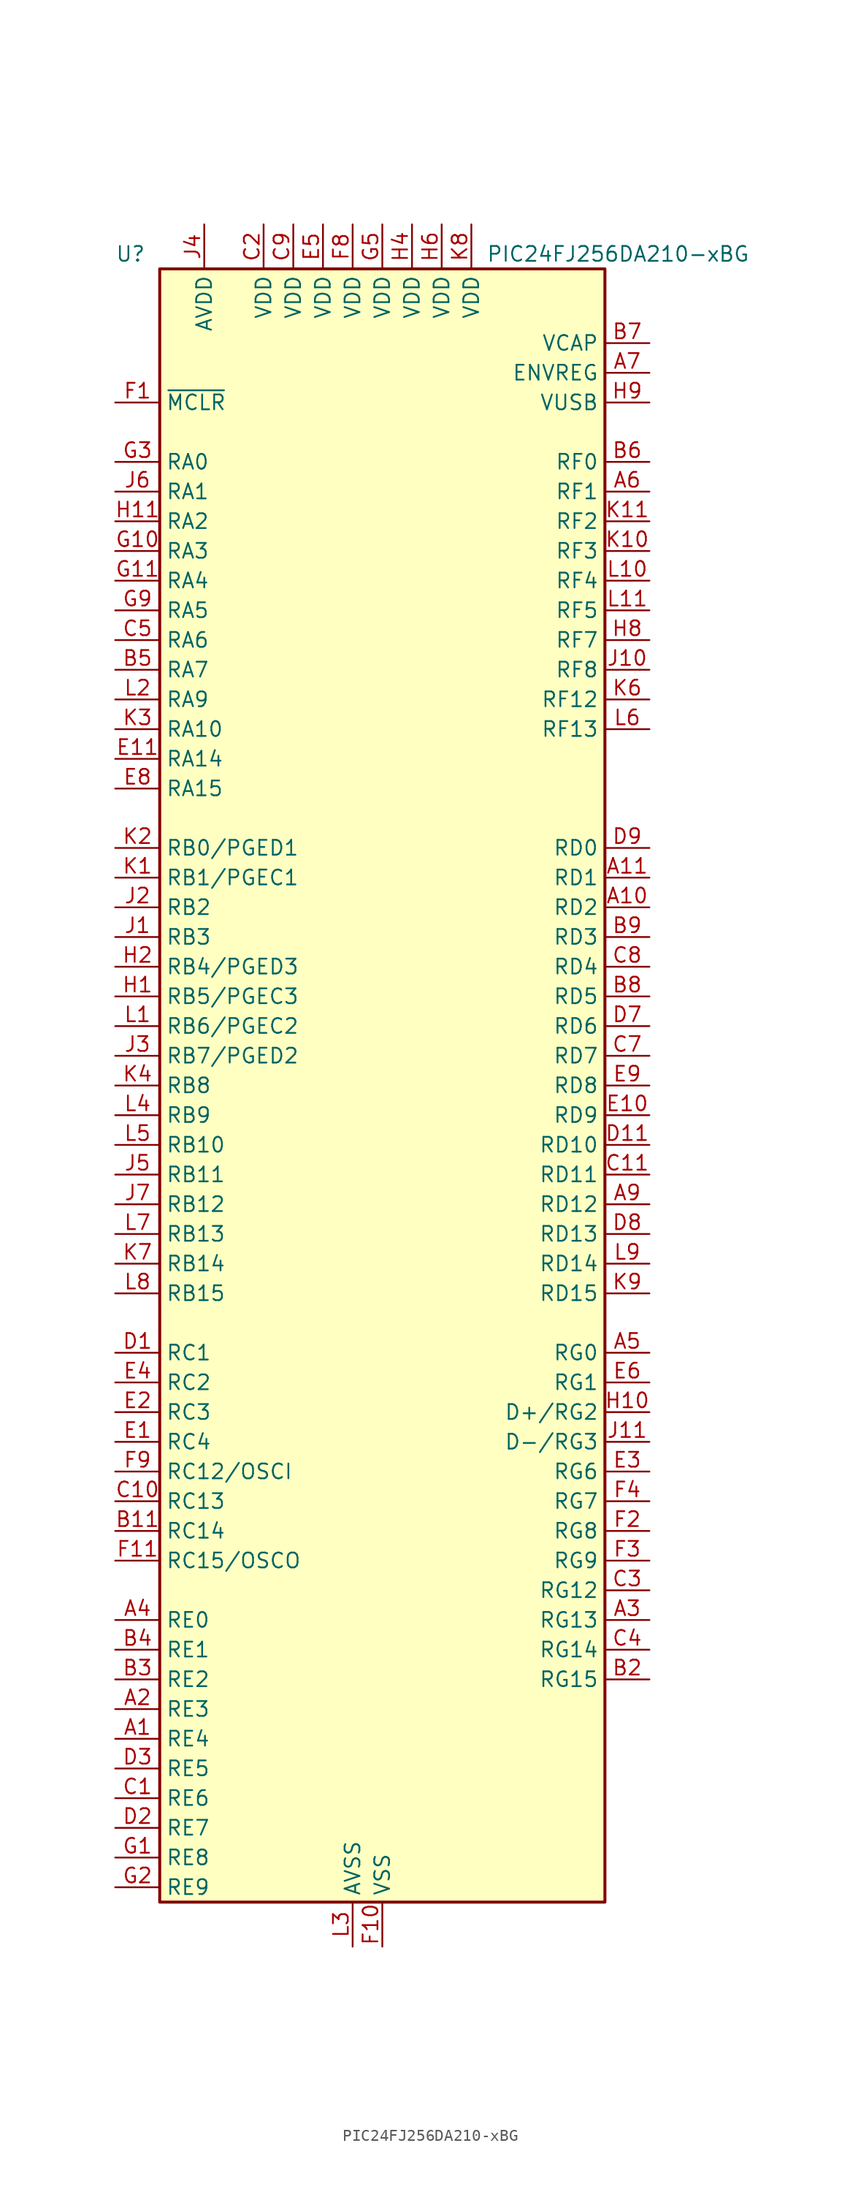
<source format=kicad_sym>
(kicad_symbol_lib
  (version 20200908)
  (generator kicad_symbol_editor)
  (symbol "MCU_Microchip_PIC24:PIC24FJ256DA210-xBG"
    (property "Reference" "U"
      (at -22.86 71.12 0)
      (effects (font (size 1.27 1.27)) (justify left)))
    (property "Value" "PIC24FJ256DA210-xBG"
      (at 8.89 71.12 0)
      (effects (font (size 1.27 1.27)) (justify left)))
    (symbol "PIC24FJ256DA210-xBG_1_1"
      (rectangle (start -19.05 69.85) (end 19.05 -69.85) (stroke (width 0.254)) (fill (type background)))
      (pin bidirectional line (at -22.86 -55.88 0) (length 3.81) (name "RE4" (effects (font (size 1.27 1.27)))) (number "A1" (effects (font (size 1.27 1.27)))))
      (pin bidirectional line (at 22.86 15.24 180) (length 3.81) (name "RD2" (effects (font (size 1.27 1.27)))) (number "A10" (effects (font (size 1.27 1.27)))))
      (pin bidirectional line (at 22.86 17.78 180) (length 3.81) (name "RD1" (effects (font (size 1.27 1.27)))) (number "A11" (effects (font (size 1.27 1.27)))))
      (pin bidirectional line (at -22.86 -53.34 0) (length 3.81) (name "RE3" (effects (font (size 1.27 1.27)))) (number "A2" (effects (font (size 1.27 1.27)))))
      (pin bidirectional line (at 22.86 -45.72 180) (length 3.81) (name "RG13" (effects (font (size 1.27 1.27)))) (number "A3" (effects (font (size 1.27 1.27)))))
      (pin bidirectional line (at -22.86 -45.72 0) (length 3.81) (name "RE0" (effects (font (size 1.27 1.27)))) (number "A4" (effects (font (size 1.27 1.27)))))
      (pin bidirectional line (at 22.86 -22.86 180) (length 3.81) (name "RG0" (effects (font (size 1.27 1.27)))) (number "A5" (effects (font (size 1.27 1.27)))))
      (pin bidirectional line (at 22.86 50.8 180) (length 3.81) (name "RF1" (effects (font (size 1.27 1.27)))) (number "A6" (effects (font (size 1.27 1.27)))))
      (pin input line (at 22.86 60.96 180) (length 3.81) (name "ENVREG" (effects (font (size 1.27 1.27)))) (number "A7" (effects (font (size 1.27 1.27)))))
      (pin unconnected line (at 2.54 -25.4 180) (length 3.81) hide (name "N/C" (effects (font (size 1.27 1.27)))) (number "A8" (effects (font (size 1.27 1.27)))))
      (pin bidirectional line (at 22.86 -10.16 180) (length 3.81) (name "RD12" (effects (font (size 1.27 1.27)))) (number "A9" (effects (font (size 1.27 1.27)))))
      (pin unconnected line (at 2.54 -27.94 180) (length 3.81) hide (name "N/C" (effects (font (size 1.27 1.27)))) (number "B1" (effects (font (size 1.27 1.27)))))
      (pin passive line (at 0 -73.66 90) (length 3.81) hide (name "VSS" (effects (font (size 1.27 1.27)))) (number "B10" (effects (font (size 1.27 1.27)))))
      (pin bidirectional line (at -22.86 -38.1 0) (length 3.81) (name "RC14" (effects (font (size 1.27 1.27)))) (number "B11" (effects (font (size 1.27 1.27)))))
      (pin bidirectional line (at 22.86 -50.8 180) (length 3.81) (name "RG15" (effects (font (size 1.27 1.27)))) (number "B2" (effects (font (size 1.27 1.27)))))
      (pin bidirectional line (at -22.86 -50.8 0) (length 3.81) (name "RE2" (effects (font (size 1.27 1.27)))) (number "B3" (effects (font (size 1.27 1.27)))))
      (pin bidirectional line (at -22.86 -48.26 0) (length 3.81) (name "RE1" (effects (font (size 1.27 1.27)))) (number "B4" (effects (font (size 1.27 1.27)))))
      (pin bidirectional line (at -22.86 35.56 0) (length 3.81) (name "RA7" (effects (font (size 1.27 1.27)))) (number "B5" (effects (font (size 1.27 1.27)))))
      (pin bidirectional line (at 22.86 53.34 180) (length 3.81) (name "RF0" (effects (font (size 1.27 1.27)))) (number "B6" (effects (font (size 1.27 1.27)))))
      (pin passive line (at 22.86 63.5 180) (length 3.81) (name "VCAP" (effects (font (size 1.27 1.27)))) (number "B7" (effects (font (size 1.27 1.27)))))
      (pin bidirectional line (at 22.86 7.62 180) (length 3.81) (name "RD5" (effects (font (size 1.27 1.27)))) (number "B8" (effects (font (size 1.27 1.27)))))
      (pin bidirectional line (at 22.86 12.7 180) (length 3.81) (name "RD3" (effects (font (size 1.27 1.27)))) (number "B9" (effects (font (size 1.27 1.27)))))
      (pin bidirectional line (at -22.86 -60.96 0) (length 3.81) (name "RE6" (effects (font (size 1.27 1.27)))) (number "C1" (effects (font (size 1.27 1.27)))))
      (pin bidirectional line (at -22.86 -35.56 0) (length 3.81) (name "RC13" (effects (font (size 1.27 1.27)))) (number "C10" (effects (font (size 1.27 1.27)))))
      (pin bidirectional line (at 22.86 -7.62 180) (length 3.81) (name "RD11" (effects (font (size 1.27 1.27)))) (number "C11" (effects (font (size 1.27 1.27)))))
      (pin power_in line (at -10.16 73.66 270) (length 3.81) (name "VDD" (effects (font (size 1.27 1.27)))) (number "C2" (effects (font (size 1.27 1.27)))))
      (pin bidirectional line (at 22.86 -43.18 180) (length 3.81) (name "RG12" (effects (font (size 1.27 1.27)))) (number "C3" (effects (font (size 1.27 1.27)))))
      (pin bidirectional line (at 22.86 -48.26 180) (length 3.81) (name "RG14" (effects (font (size 1.27 1.27)))) (number "C4" (effects (font (size 1.27 1.27)))))
      (pin bidirectional line (at -22.86 38.1 0) (length 3.81) (name "RA6" (effects (font (size 1.27 1.27)))) (number "C5" (effects (font (size 1.27 1.27)))))
      (pin unconnected line (at 2.54 -30.48 180) (length 3.81) hide (name "N/C" (effects (font (size 1.27 1.27)))) (number "C6" (effects (font (size 1.27 1.27)))))
      (pin bidirectional line (at 22.86 2.54 180) (length 3.81) (name "RD7" (effects (font (size 1.27 1.27)))) (number "C7" (effects (font (size 1.27 1.27)))))
      (pin bidirectional line (at 22.86 10.16 180) (length 3.81) (name "RD4" (effects (font (size 1.27 1.27)))) (number "C8" (effects (font (size 1.27 1.27)))))
      (pin power_in line (at -7.62 73.66 270) (length 3.81) (name "VDD" (effects (font (size 1.27 1.27)))) (number "C9" (effects (font (size 1.27 1.27)))))
      (pin bidirectional line (at -22.86 -22.86 0) (length 3.81) (name "RC1" (effects (font (size 1.27 1.27)))) (number "D1" (effects (font (size 1.27 1.27)))))
      (pin unconnected line (at 2.54 -35.56 180) (length 3.81) hide (name "N/C" (effects (font (size 1.27 1.27)))) (number "D10" (effects (font (size 1.27 1.27)))))
      (pin bidirectional line (at 22.86 -5.08 180) (length 3.81) (name "RD10" (effects (font (size 1.27 1.27)))) (number "D11" (effects (font (size 1.27 1.27)))))
      (pin bidirectional line (at -22.86 -63.5 0) (length 3.81) (name "RE7" (effects (font (size 1.27 1.27)))) (number "D2" (effects (font (size 1.27 1.27)))))
      (pin bidirectional line (at -22.86 -58.42 0) (length 3.81) (name "RE5" (effects (font (size 1.27 1.27)))) (number "D3" (effects (font (size 1.27 1.27)))))
      (pin passive line (at 0 -73.66 90) (length 3.81) hide (name "VSS" (effects (font (size 1.27 1.27)))) (number "D4" (effects (font (size 1.27 1.27)))))
      (pin passive line (at 0 -73.66 90) (length 3.81) hide (name "VSS" (effects (font (size 1.27 1.27)))) (number "D5" (effects (font (size 1.27 1.27)))))
      (pin unconnected line (at 2.54 -33.02 180) (length 3.81) hide (name "N/C" (effects (font (size 1.27 1.27)))) (number "D6" (effects (font (size 1.27 1.27)))))
      (pin bidirectional line (at 22.86 5.08 180) (length 3.81) (name "RD6" (effects (font (size 1.27 1.27)))) (number "D7" (effects (font (size 1.27 1.27)))))
      (pin bidirectional line (at 22.86 -12.7 180) (length 3.81) (name "RD13" (effects (font (size 1.27 1.27)))) (number "D8" (effects (font (size 1.27 1.27)))))
      (pin bidirectional line (at 22.86 20.32 180) (length 3.81) (name "RD0" (effects (font (size 1.27 1.27)))) (number "D9" (effects (font (size 1.27 1.27)))))
      (pin bidirectional line (at -22.86 -30.48 0) (length 3.81) (name "RC4" (effects (font (size 1.27 1.27)))) (number "E1" (effects (font (size 1.27 1.27)))))
      (pin bidirectional line (at 22.86 -2.54 180) (length 3.81) (name "RD9" (effects (font (size 1.27 1.27)))) (number "E10" (effects (font (size 1.27 1.27)))))
      (pin bidirectional line (at -22.86 27.94 0) (length 3.81) (name "RA14" (effects (font (size 1.27 1.27)))) (number "E11" (effects (font (size 1.27 1.27)))))
      (pin bidirectional line (at -22.86 -27.94 0) (length 3.81) (name "RC3" (effects (font (size 1.27 1.27)))) (number "E2" (effects (font (size 1.27 1.27)))))
      (pin bidirectional line (at 22.86 -33.02 180) (length 3.81) (name "RG6" (effects (font (size 1.27 1.27)))) (number "E3" (effects (font (size 1.27 1.27)))))
      (pin bidirectional line (at -22.86 -25.4 0) (length 3.81) (name "RC2" (effects (font (size 1.27 1.27)))) (number "E4" (effects (font (size 1.27 1.27)))))
      (pin power_in line (at -5.08 73.66 270) (length 3.81) (name "VDD" (effects (font (size 1.27 1.27)))) (number "E5" (effects (font (size 1.27 1.27)))))
      (pin bidirectional line (at 22.86 -25.4 180) (length 3.81) (name "RG1" (effects (font (size 1.27 1.27)))) (number "E6" (effects (font (size 1.27 1.27)))))
      (pin unconnected line (at 2.54 -38.1 180) (length 3.81) hide (name "N/C" (effects (font (size 1.27 1.27)))) (number "E7" (effects (font (size 1.27 1.27)))))
      (pin bidirectional line (at -22.86 25.4 0) (length 3.81) (name "RA15" (effects (font (size 1.27 1.27)))) (number "E8" (effects (font (size 1.27 1.27)))))
      (pin bidirectional line (at 22.86 0 180) (length 3.81) (name "RD8" (effects (font (size 1.27 1.27)))) (number "E9" (effects (font (size 1.27 1.27)))))
      (pin input line (at -22.86 58.42 0) (length 3.81) (name "~MCLR" (effects (font (size 1.27 1.27)))) (number "F1" (effects (font (size 1.27 1.27)))))
      (pin power_in line (at 0 -73.66 90) (length 3.81) (name "VSS" (effects (font (size 1.27 1.27)))) (number "F10" (effects (font (size 1.27 1.27)))))
      (pin bidirectional line (at -22.86 -40.64 0) (length 3.81) (name "RC15/OSCO" (effects (font (size 1.27 1.27)))) (number "F11" (effects (font (size 1.27 1.27)))))
      (pin bidirectional line (at 22.86 -38.1 180) (length 3.81) (name "RG8" (effects (font (size 1.27 1.27)))) (number "F2" (effects (font (size 1.27 1.27)))))
      (pin bidirectional line (at 22.86 -40.64 180) (length 3.81) (name "RG9" (effects (font (size 1.27 1.27)))) (number "F3" (effects (font (size 1.27 1.27)))))
      (pin bidirectional line (at 22.86 -35.56 180) (length 3.81) (name "RG7" (effects (font (size 1.27 1.27)))) (number "F4" (effects (font (size 1.27 1.27)))))
      (pin passive line (at 0 -73.66 90) (length 3.81) hide (name "VSS" (effects (font (size 1.27 1.27)))) (number "F5" (effects (font (size 1.27 1.27)))))
      (pin unconnected line (at 2.54 -40.64 180) (length 3.81) hide (name "N/C" (effects (font (size 1.27 1.27)))) (number "F6" (effects (font (size 1.27 1.27)))))
      (pin unconnected line (at 2.54 -43.18 180) (length 3.81) hide (name "N/C" (effects (font (size 1.27 1.27)))) (number "F7" (effects (font (size 1.27 1.27)))))
      (pin power_in line (at -2.54 73.66 270) (length 3.81) (name "VDD" (effects (font (size 1.27 1.27)))) (number "F8" (effects (font (size 1.27 1.27)))))
      (pin bidirectional line (at -22.86 -33.02 0) (length 3.81) (name "RC12/OSCI" (effects (font (size 1.27 1.27)))) (number "F9" (effects (font (size 1.27 1.27)))))
      (pin bidirectional line (at -22.86 -66.04 0) (length 3.81) (name "RE8" (effects (font (size 1.27 1.27)))) (number "G1" (effects (font (size 1.27 1.27)))))
      (pin bidirectional line (at -22.86 45.72 0) (length 3.81) (name "RA3" (effects (font (size 1.27 1.27)))) (number "G10" (effects (font (size 1.27 1.27)))))
      (pin bidirectional line (at -22.86 43.18 0) (length 3.81) (name "RA4" (effects (font (size 1.27 1.27)))) (number "G11" (effects (font (size 1.27 1.27)))))
      (pin bidirectional line (at -22.86 -68.58 0) (length 3.81) (name "RE9" (effects (font (size 1.27 1.27)))) (number "G2" (effects (font (size 1.27 1.27)))))
      (pin bidirectional line (at -22.86 53.34 0) (length 3.81) (name "RA0" (effects (font (size 1.27 1.27)))) (number "G3" (effects (font (size 1.27 1.27)))))
      (pin unconnected line (at 2.54 -45.72 180) (length 3.81) hide (name "N/C" (effects (font (size 1.27 1.27)))) (number "G4" (effects (font (size 1.27 1.27)))))
      (pin power_in line (at 0 73.66 270) (length 3.81) (name "VDD" (effects (font (size 1.27 1.27)))) (number "G5" (effects (font (size 1.27 1.27)))))
      (pin passive line (at 0 -73.66 90) (length 3.81) hide (name "VSS" (effects (font (size 1.27 1.27)))) (number "G6" (effects (font (size 1.27 1.27)))))
      (pin passive line (at 0 -73.66 90) (length 3.81) hide (name "VSS" (effects (font (size 1.27 1.27)))) (number "G7" (effects (font (size 1.27 1.27)))))
      (pin unconnected line (at 2.54 -48.26 180) (length 3.81) hide (name "N/C" (effects (font (size 1.27 1.27)))) (number "G8" (effects (font (size 1.27 1.27)))))
      (pin bidirectional line (at -22.86 40.64 0) (length 3.81) (name "RA5" (effects (font (size 1.27 1.27)))) (number "G9" (effects (font (size 1.27 1.27)))))
      (pin bidirectional line (at -22.86 7.62 0) (length 3.81) (name "RB5/PGEC3" (effects (font (size 1.27 1.27)))) (number "H1" (effects (font (size 1.27 1.27)))))
      (pin bidirectional line (at 22.86 -27.94 180) (length 3.81) (name "D+/RG2" (effects (font (size 1.27 1.27)))) (number "H10" (effects (font (size 1.27 1.27)))))
      (pin bidirectional line (at -22.86 48.26 0) (length 3.81) (name "RA2" (effects (font (size 1.27 1.27)))) (number "H11" (effects (font (size 1.27 1.27)))))
      (pin bidirectional line (at -22.86 10.16 0) (length 3.81) (name "RB4/PGED3" (effects (font (size 1.27 1.27)))) (number "H2" (effects (font (size 1.27 1.27)))))
      (pin passive line (at 0 -73.66 90) (length 3.81) hide (name "VSS" (effects (font (size 1.27 1.27)))) (number "H3" (effects (font (size 1.27 1.27)))))
      (pin power_in line (at 2.54 73.66 270) (length 3.81) (name "VDD" (effects (font (size 1.27 1.27)))) (number "H4" (effects (font (size 1.27 1.27)))))
      (pin unconnected line (at 2.54 -50.8 180) (length 3.81) hide (name "N/C" (effects (font (size 1.27 1.27)))) (number "H5" (effects (font (size 1.27 1.27)))))
      (pin power_in line (at 5.08 73.66 270) (length 3.81) (name "VDD" (effects (font (size 1.27 1.27)))) (number "H6" (effects (font (size 1.27 1.27)))))
      (pin unconnected line (at 2.54 -53.34 180) (length 3.81) hide (name "N/C" (effects (font (size 1.27 1.27)))) (number "H7" (effects (font (size 1.27 1.27)))))
      (pin bidirectional line (at 22.86 38.1 180) (length 3.81) (name "RF7" (effects (font (size 1.27 1.27)))) (number "H8" (effects (font (size 1.27 1.27)))))
      (pin bidirectional line (at 22.86 58.42 180) (length 3.81) (name "VUSB" (effects (font (size 1.27 1.27)))) (number "H9" (effects (font (size 1.27 1.27)))))
      (pin bidirectional line (at -22.86 12.7 0) (length 3.81) (name "RB3" (effects (font (size 1.27 1.27)))) (number "J1" (effects (font (size 1.27 1.27)))))
      (pin bidirectional line (at 22.86 35.56 180) (length 3.81) (name "RF8" (effects (font (size 1.27 1.27)))) (number "J10" (effects (font (size 1.27 1.27)))))
      (pin bidirectional line (at 22.86 -30.48 180) (length 3.81) (name "D-/RG3" (effects (font (size 1.27 1.27)))) (number "J11" (effects (font (size 1.27 1.27)))))
      (pin bidirectional line (at -22.86 15.24 0) (length 3.81) (name "RB2" (effects (font (size 1.27 1.27)))) (number "J2" (effects (font (size 1.27 1.27)))))
      (pin bidirectional line (at -22.86 2.54 0) (length 3.81) (name "RB7/PGED2" (effects (font (size 1.27 1.27)))) (number "J3" (effects (font (size 1.27 1.27)))))
      (pin power_in line (at -15.24 73.66 270) (length 3.81) (name "AVDD" (effects (font (size 1.27 1.27)))) (number "J4" (effects (font (size 1.27 1.27)))))
      (pin bidirectional line (at -22.86 -7.62 0) (length 3.81) (name "RB11" (effects (font (size 1.27 1.27)))) (number "J5" (effects (font (size 1.27 1.27)))))
      (pin bidirectional line (at -22.86 50.8 0) (length 3.81) (name "RA1" (effects (font (size 1.27 1.27)))) (number "J6" (effects (font (size 1.27 1.27)))))
      (pin bidirectional line (at -22.86 -10.16 0) (length 3.81) (name "RB12" (effects (font (size 1.27 1.27)))) (number "J7" (effects (font (size 1.27 1.27)))))
      (pin unconnected line (at 2.54 -55.88 180) (length 3.81) hide (name "N/C" (effects (font (size 1.27 1.27)))) (number "J8" (effects (font (size 1.27 1.27)))))
      (pin unconnected line (at 2.54 -58.42 180) (length 3.81) hide (name "N/C" (effects (font (size 1.27 1.27)))) (number "J9" (effects (font (size 1.27 1.27)))))
      (pin bidirectional line (at -22.86 17.78 0) (length 3.81) (name "RB1/PGEC1" (effects (font (size 1.27 1.27)))) (number "K1" (effects (font (size 1.27 1.27)))))
      (pin bidirectional line (at 22.86 45.72 180) (length 3.81) (name "RF3" (effects (font (size 1.27 1.27)))) (number "K10" (effects (font (size 1.27 1.27)))))
      (pin bidirectional line (at 22.86 48.26 180) (length 3.81) (name "RF2" (effects (font (size 1.27 1.27)))) (number "K11" (effects (font (size 1.27 1.27)))))
      (pin bidirectional line (at -22.86 20.32 0) (length 3.81) (name "RB0/PGED1" (effects (font (size 1.27 1.27)))) (number "K2" (effects (font (size 1.27 1.27)))))
      (pin bidirectional line (at -22.86 30.48 0) (length 3.81) (name "RA10" (effects (font (size 1.27 1.27)))) (number "K3" (effects (font (size 1.27 1.27)))))
      (pin bidirectional line (at -22.86 0 0) (length 3.81) (name "RB8" (effects (font (size 1.27 1.27)))) (number "K4" (effects (font (size 1.27 1.27)))))
      (pin unconnected line (at 2.54 -60.96 180) (length 3.81) hide (name "N/C" (effects (font (size 1.27 1.27)))) (number "K5" (effects (font (size 1.27 1.27)))))
      (pin bidirectional line (at 22.86 33.02 180) (length 3.81) (name "RF12" (effects (font (size 1.27 1.27)))) (number "K6" (effects (font (size 1.27 1.27)))))
      (pin bidirectional line (at -22.86 -15.24 0) (length 3.81) (name "RB14" (effects (font (size 1.27 1.27)))) (number "K7" (effects (font (size 1.27 1.27)))))
      (pin power_in line (at 7.62 73.66 270) (length 3.81) (name "VDD" (effects (font (size 1.27 1.27)))) (number "K8" (effects (font (size 1.27 1.27)))))
      (pin bidirectional line (at 22.86 -17.78 180) (length 3.81) (name "RD15" (effects (font (size 1.27 1.27)))) (number "K9" (effects (font (size 1.27 1.27)))))
      (pin bidirectional line (at -22.86 5.08 0) (length 3.81) (name "RB6/PGEC2" (effects (font (size 1.27 1.27)))) (number "L1" (effects (font (size 1.27 1.27)))))
      (pin bidirectional line (at 22.86 43.18 180) (length 3.81) (name "RF4" (effects (font (size 1.27 1.27)))) (number "L10" (effects (font (size 1.27 1.27)))))
      (pin bidirectional line (at 22.86 40.64 180) (length 3.81) (name "RF5" (effects (font (size 1.27 1.27)))) (number "L11" (effects (font (size 1.27 1.27)))))
      (pin bidirectional line (at -22.86 33.02 0) (length 3.81) (name "RA9" (effects (font (size 1.27 1.27)))) (number "L2" (effects (font (size 1.27 1.27)))))
      (pin power_in line (at -2.54 -73.66 90) (length 3.81) (name "AVSS" (effects (font (size 1.27 1.27)))) (number "L3" (effects (font (size 1.27 1.27)))))
      (pin bidirectional line (at -22.86 -2.54 0) (length 3.81) (name "RB9" (effects (font (size 1.27 1.27)))) (number "L4" (effects (font (size 1.27 1.27)))))
      (pin bidirectional line (at -22.86 -5.08 0) (length 3.81) (name "RB10" (effects (font (size 1.27 1.27)))) (number "L5" (effects (font (size 1.27 1.27)))))
      (pin bidirectional line (at 22.86 30.48 180) (length 3.81) (name "RF13" (effects (font (size 1.27 1.27)))) (number "L6" (effects (font (size 1.27 1.27)))))
      (pin bidirectional line (at -22.86 -12.7 0) (length 3.81) (name "RB13" (effects (font (size 1.27 1.27)))) (number "L7" (effects (font (size 1.27 1.27)))))
      (pin bidirectional line (at -22.86 -17.78 0) (length 3.81) (name "RB15" (effects (font (size 1.27 1.27)))) (number "L8" (effects (font (size 1.27 1.27)))))
      (pin bidirectional line (at 22.86 -15.24 180) (length 3.81) (name "RD14" (effects (font (size 1.27 1.27)))) (number "L9" (effects (font (size 1.27 1.27))))))))
</source>
